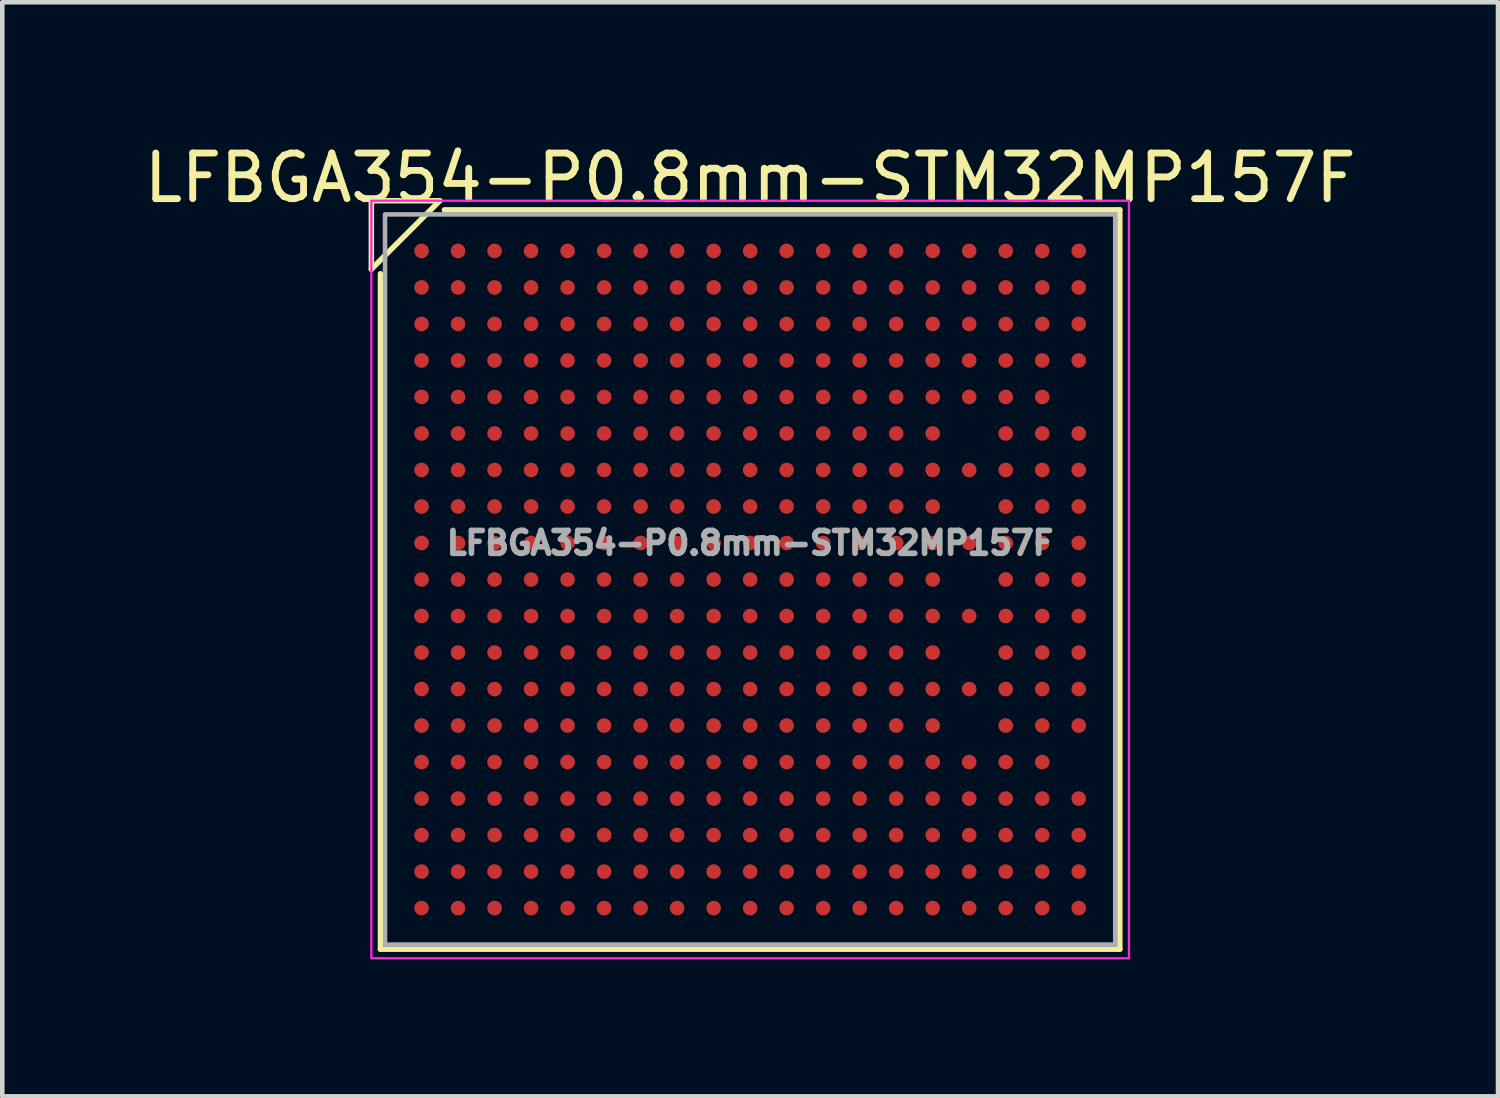
<source format=kicad_pcb>
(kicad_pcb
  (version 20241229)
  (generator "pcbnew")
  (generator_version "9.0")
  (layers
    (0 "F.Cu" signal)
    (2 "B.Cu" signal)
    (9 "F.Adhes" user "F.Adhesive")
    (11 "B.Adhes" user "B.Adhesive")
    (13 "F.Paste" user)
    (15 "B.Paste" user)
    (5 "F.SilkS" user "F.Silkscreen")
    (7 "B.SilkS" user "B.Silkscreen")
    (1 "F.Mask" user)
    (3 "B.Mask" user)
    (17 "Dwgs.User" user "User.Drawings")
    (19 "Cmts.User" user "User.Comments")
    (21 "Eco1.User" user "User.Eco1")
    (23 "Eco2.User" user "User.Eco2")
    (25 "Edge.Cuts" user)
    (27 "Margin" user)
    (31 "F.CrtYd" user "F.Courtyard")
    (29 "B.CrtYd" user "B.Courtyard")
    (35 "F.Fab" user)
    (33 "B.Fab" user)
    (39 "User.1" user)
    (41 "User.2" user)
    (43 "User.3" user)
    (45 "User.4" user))
  (footprint "LFBGA354-P0.8mm-STM32MP157F"
    (layer "F.Cu")
    (at 13.387 9.648)
    (property "Reference" "LFBGA354-P0.8mm-STM32MP157F" (at 0 -8.8 0) (unlocked yes) (layer "F.SilkS") (effects (font (size 1 1) (thickness 0.15))))
    (attr smd)
    (fp_line (start -8.3 -8.3) (end -6.8 -8.3) (stroke (width 0.12) (type solid)) (layer "F.SilkS"))
    (fp_line (start -8.3 -6.8) (end -8.3 -8.3) (stroke (width 0.12) (type solid)) (layer "F.SilkS"))
    (fp_line (start -8.1 8.1) (end -8.1 -6.7) (stroke (width 0.12) (type solid)) (layer "F.SilkS"))
    (fp_line (start -6.8 -8.3) (end -8.3 -6.8) (stroke (width 0.12) (type solid)) (layer "F.SilkS"))
    (fp_line (start -6.7 -8.1) (end 8.1 -8.1) (stroke (width 0.12) (type solid)) (layer "F.SilkS"))
    (fp_line (start 8.1 -8.1) (end 8.1 8.1) (stroke (width 0.12) (type solid)) (layer "F.SilkS"))
    (fp_line (start 8.1 8.1) (end -8.1 8.1) (stroke (width 0.12) (type solid)) (layer "F.SilkS"))
    (fp_rect (start -8.3 -8.3) (end 8.3 8.3) (stroke (width 0.05) (type default)) (fill no) (layer "F.CrtYd"))
    (fp_rect (start -8 -8) (end 8 8) (stroke (width 0.1) (type solid)) (fill no) (layer "F.Fab"))
    (fp_text user "${REFERENCE}" (at 0 -0.8 0) (unlocked yes) (layer "F.Fab") (effects (font (size 0.5 0.5) (thickness 0.125))))
    (pad "A1" smd circle (at -7.2 -7.2) (size 0.32 0.32) (property pad_prop_bga) (layers "F.Cu" "F.Mask" "F.Paste"))
    (pad "A2" smd circle (at -6.4 -7.2) (size 0.32 0.32) (property pad_prop_bga) (layers "F.Cu" "F.Mask" "F.Paste"))
    (pad "A3" smd circle (at -5.6 -7.2) (size 0.32 0.32) (property pad_prop_bga) (layers "F.Cu" "F.Mask" "F.Paste"))
    (pad "A4" smd circle (at -4.8 -7.2) (size 0.32 0.32) (property pad_prop_bga) (layers "F.Cu" "F.Mask" "F.Paste"))
    (pad "A5" smd circle (at -4 -7.2) (size 0.32 0.32) (property pad_prop_bga) (layers "F.Cu" "F.Mask" "F.Paste"))
    (pad "A6" smd circle (at -3.2 -7.2) (size 0.32 0.32) (property pad_prop_bga) (layers "F.Cu" "F.Mask" "F.Paste"))
    (pad "A7" smd circle (at -2.4 -7.2) (size 0.32 0.32) (property pad_prop_bga) (layers "F.Cu" "F.Mask" "F.Paste"))
    (pad "A8" smd circle (at -1.6 -7.2) (size 0.32 0.32) (property pad_prop_bga) (layers "F.Cu" "F.Mask" "F.Paste"))
    (pad "A9" smd circle (at -0.8 -7.2) (size 0.32 0.32) (property pad_prop_bga) (layers "F.Cu" "F.Mask" "F.Paste"))
    (pad "A10" smd circle (at 0 -7.2) (size 0.32 0.32) (property pad_prop_bga) (layers "F.Cu" "F.Mask" "F.Paste"))
    (pad "A11" smd circle (at 0.8 -7.2) (size 0.32 0.32) (property pad_prop_bga) (layers "F.Cu" "F.Mask" "F.Paste"))
    (pad "A12" smd circle (at 1.6 -7.2) (size 0.32 0.32) (property pad_prop_bga) (layers "F.Cu" "F.Mask" "F.Paste"))
    (pad "A13" smd circle (at 2.4 -7.2) (size 0.32 0.32) (property pad_prop_bga) (layers "F.Cu" "F.Mask" "F.Paste"))
    (pad "A14" smd circle (at 3.2 -7.2) (size 0.32 0.32) (property pad_prop_bga) (layers "F.Cu" "F.Mask" "F.Paste"))
    (pad "A15" smd circle (at 4 -7.2) (size 0.32 0.32) (property pad_prop_bga) (layers "F.Cu" "F.Mask" "F.Paste"))
    (pad "A16" smd circle (at 4.8 -7.2) (size 0.32 0.32) (property pad_prop_bga) (layers "F.Cu" "F.Mask" "F.Paste"))
    (pad "A17" smd circle (at 5.6 -7.2) (size 0.32 0.32) (property pad_prop_bga) (layers "F.Cu" "F.Mask" "F.Paste"))
    (pad "A18" smd circle (at 6.4 -7.2) (size 0.32 0.32) (property pad_prop_bga) (layers "F.Cu" "F.Mask" "F.Paste"))
    (pad "A19" smd circle (at 7.2 -7.2) (size 0.32 0.32) (property pad_prop_bga) (layers "F.Cu" "F.Mask" "F.Paste"))
    (pad "B1" smd circle (at -7.2 -6.4) (size 0.32 0.32) (property pad_prop_bga) (layers "F.Cu" "F.Mask" "F.Paste"))
    (pad "B2" smd circle (at -6.4 -6.4) (size 0.32 0.32) (property pad_prop_bga) (layers "F.Cu" "F.Mask" "F.Paste"))
    (pad "B3" smd circle (at -5.6 -6.4) (size 0.32 0.32) (property pad_prop_bga) (layers "F.Cu" "F.Mask" "F.Paste"))
    (pad "B4" smd circle (at -4.8 -6.4) (size 0.32 0.32) (property pad_prop_bga) (layers "F.Cu" "F.Mask" "F.Paste"))
    (pad "B5" smd circle (at -4 -6.4) (size 0.32 0.32) (property pad_prop_bga) (layers "F.Cu" "F.Mask" "F.Paste"))
    (pad "B6" smd circle (at -3.2 -6.4) (size 0.32 0.32) (property pad_prop_bga) (layers "F.Cu" "F.Mask" "F.Paste"))
    (pad "B7" smd circle (at -2.4 -6.4) (size 0.32 0.32) (property pad_prop_bga) (layers "F.Cu" "F.Mask" "F.Paste"))
    (pad "B8" smd circle (at -1.6 -6.4) (size 0.32 0.32) (property pad_prop_bga) (layers "F.Cu" "F.Mask" "F.Paste"))
    (pad "B9" smd circle (at -0.8 -6.4) (size 0.32 0.32) (property pad_prop_bga) (layers "F.Cu" "F.Mask" "F.Paste"))
    (pad "B10" smd circle (at 0 -6.4) (size 0.32 0.32) (property pad_prop_bga) (layers "F.Cu" "F.Mask" "F.Paste"))
    (pad "B11" smd circle (at 0.8 -6.4) (size 0.32 0.32) (property pad_prop_bga) (layers "F.Cu" "F.Mask" "F.Paste"))
    (pad "B12" smd circle (at 1.6 -6.4) (size 0.32 0.32) (property pad_prop_bga) (layers "F.Cu" "F.Mask" "F.Paste"))
    (pad "B13" smd circle (at 2.4 -6.4) (size 0.32 0.32) (property pad_prop_bga) (layers "F.Cu" "F.Mask" "F.Paste"))
    (pad "B14" smd circle (at 3.2 -6.4) (size 0.32 0.32) (property pad_prop_bga) (layers "F.Cu" "F.Mask" "F.Paste"))
    (pad "B15" smd circle (at 4 -6.4) (size 0.32 0.32) (property pad_prop_bga) (layers "F.Cu" "F.Mask" "F.Paste"))
    (pad "B16" smd circle (at 4.8 -6.4) (size 0.32 0.32) (property pad_prop_bga) (layers "F.Cu" "F.Mask" "F.Paste"))
    (pad "B17" smd circle (at 5.6 -6.4) (size 0.32 0.32) (property pad_prop_bga) (layers "F.Cu" "F.Mask" "F.Paste"))
    (pad "B18" smd circle (at 6.4 -6.4) (size 0.32 0.32) (property pad_prop_bga) (layers "F.Cu" "F.Mask" "F.Paste"))
    (pad "B19" smd circle (at 7.2 -6.4) (size 0.32 0.32) (property pad_prop_bga) (layers "F.Cu" "F.Mask" "F.Paste"))
    (pad "C1" smd circle (at -7.2 -5.6) (size 0.32 0.32) (property pad_prop_bga) (layers "F.Cu" "F.Mask" "F.Paste"))
    (pad "C2" smd circle (at -6.4 -5.6) (size 0.32 0.32) (property pad_prop_bga) (layers "F.Cu" "F.Mask" "F.Paste"))
    (pad "C3" smd circle (at -5.6 -5.6) (size 0.32 0.32) (property pad_prop_bga) (layers "F.Cu" "F.Mask" "F.Paste"))
    (pad "C4" smd circle (at -4.8 -5.6) (size 0.32 0.32) (property pad_prop_bga) (layers "F.Cu" "F.Mask" "F.Paste"))
    (pad "C5" smd circle (at -4 -5.6) (size 0.32 0.32) (property pad_prop_bga) (layers "F.Cu" "F.Mask" "F.Paste"))
    (pad "C6" smd circle (at -3.2 -5.6) (size 0.32 0.32) (property pad_prop_bga) (layers "F.Cu" "F.Mask" "F.Paste"))
    (pad "C7" smd circle (at -2.4 -5.6) (size 0.32 0.32) (property pad_prop_bga) (layers "F.Cu" "F.Mask" "F.Paste"))
    (pad "C8" smd circle (at -1.6 -5.6) (size 0.32 0.32) (property pad_prop_bga) (layers "F.Cu" "F.Mask" "F.Paste"))
    (pad "C9" smd circle (at -0.8 -5.6) (size 0.32 0.32) (property pad_prop_bga) (layers "F.Cu" "F.Mask" "F.Paste"))
    (pad "C10" smd circle (at 0 -5.6) (size 0.32 0.32) (property pad_prop_bga) (layers "F.Cu" "F.Mask" "F.Paste"))
    (pad "C11" smd circle (at 0.8 -5.6) (size 0.32 0.32) (property pad_prop_bga) (layers "F.Cu" "F.Mask" "F.Paste"))
    (pad "C12" smd circle (at 1.6 -5.6) (size 0.32 0.32) (property pad_prop_bga) (layers "F.Cu" "F.Mask" "F.Paste"))
    (pad "C13" smd circle (at 2.4 -5.6) (size 0.32 0.32) (property pad_prop_bga) (layers "F.Cu" "F.Mask" "F.Paste"))
    (pad "C14" smd circle (at 3.2 -5.6) (size 0.32 0.32) (property pad_prop_bga) (layers "F.Cu" "F.Mask" "F.Paste"))
    (pad "C15" smd circle (at 4 -5.6) (size 0.32 0.32) (property pad_prop_bga) (layers "F.Cu" "F.Mask" "F.Paste"))
    (pad "C16" smd circle (at 4.8 -5.6) (size 0.32 0.32) (property pad_prop_bga) (layers "F.Cu" "F.Mask" "F.Paste"))
    (pad "C17" smd circle (at 5.6 -5.6) (size 0.32 0.32) (property pad_prop_bga) (layers "F.Cu" "F.Mask" "F.Paste"))
    (pad "C18" smd circle (at 6.4 -5.6) (size 0.32 0.32) (property pad_prop_bga) (layers "F.Cu" "F.Mask" "F.Paste"))
    (pad "C19" smd circle (at 7.2 -5.6) (size 0.32 0.32) (property pad_prop_bga) (layers "F.Cu" "F.Mask" "F.Paste"))
    (pad "D1" smd circle (at -7.2 -4.8) (size 0.32 0.32) (property pad_prop_bga) (layers "F.Cu" "F.Mask" "F.Paste"))
    (pad "D2" smd circle (at -6.4 -4.8) (size 0.32 0.32) (property pad_prop_bga) (layers "F.Cu" "F.Mask" "F.Paste"))
    (pad "D3" smd circle (at -5.6 -4.8) (size 0.32 0.32) (property pad_prop_bga) (layers "F.Cu" "F.Mask" "F.Paste"))
    (pad "D4" smd circle (at -4.8 -4.8) (size 0.32 0.32) (property pad_prop_bga) (layers "F.Cu" "F.Mask" "F.Paste"))
    (pad "D5" smd circle (at -4 -4.8) (size 0.32 0.32) (property pad_prop_bga) (layers "F.Cu" "F.Mask" "F.Paste"))
    (pad "D6" smd circle (at -3.2 -4.8) (size 0.32 0.32) (property pad_prop_bga) (layers "F.Cu" "F.Mask" "F.Paste"))
    (pad "D7" smd circle (at -2.4 -4.8) (size 0.32 0.32) (property pad_prop_bga) (layers "F.Cu" "F.Mask" "F.Paste"))
    (pad "D8" smd circle (at -1.6 -4.8) (size 0.32 0.32) (property pad_prop_bga) (layers "F.Cu" "F.Mask" "F.Paste"))
    (pad "D9" smd circle (at -0.8 -4.8) (size 0.32 0.32) (property pad_prop_bga) (layers "F.Cu" "F.Mask" "F.Paste"))
    (pad "D10" smd circle (at 0 -4.8) (size 0.32 0.32) (property pad_prop_bga) (layers "F.Cu" "F.Mask" "F.Paste"))
    (pad "D11" smd circle (at 0.8 -4.8) (size 0.32 0.32) (property pad_prop_bga) (layers "F.Cu" "F.Mask" "F.Paste"))
    (pad "D12" smd circle (at 1.6 -4.8) (size 0.32 0.32) (property pad_prop_bga) (layers "F.Cu" "F.Mask" "F.Paste"))
    (pad "D13" smd circle (at 2.4 -4.8) (size 0.32 0.32) (property pad_prop_bga) (layers "F.Cu" "F.Mask" "F.Paste"))
    (pad "D14" smd circle (at 3.2 -4.8) (size 0.32 0.32) (property pad_prop_bga) (layers "F.Cu" "F.Mask" "F.Paste"))
    (pad "D15" smd circle (at 4 -4.8) (size 0.32 0.32) (property pad_prop_bga) (layers "F.Cu" "F.Mask" "F.Paste"))
    (pad "D16" smd circle (at 4.8 -4.8) (size 0.32 0.32) (property pad_prop_bga) (layers "F.Cu" "F.Mask" "F.Paste"))
    (pad "D17" smd circle (at 5.6 -4.8) (size 0.32 0.32) (property pad_prop_bga) (layers "F.Cu" "F.Mask" "F.Paste"))
    (pad "D18" smd circle (at 6.4 -4.8) (size 0.32 0.32) (property pad_prop_bga) (layers "F.Cu" "F.Mask" "F.Paste"))
    (pad "D19" smd circle (at 7.2 -4.8) (size 0.32 0.32) (property pad_prop_bga) (layers "F.Cu" "F.Mask" "F.Paste"))
    (pad "E1" smd circle (at -7.2 -4) (size 0.32 0.32) (property pad_prop_bga) (layers "F.Cu" "F.Mask" "F.Paste"))
    (pad "E2" smd circle (at -6.4 -4) (size 0.32 0.32) (property pad_prop_bga) (layers "F.Cu" "F.Mask" "F.Paste"))
    (pad "E3" smd circle (at -5.6 -4) (size 0.32 0.32) (property pad_prop_bga) (layers "F.Cu" "F.Mask" "F.Paste"))
    (pad "E4" smd circle (at -4.8 -4) (size 0.32 0.32) (property pad_prop_bga) (layers "F.Cu" "F.Mask" "F.Paste"))
    (pad "E5" smd circle (at -4 -4) (size 0.32 0.32) (property pad_prop_bga) (layers "F.Cu" "F.Mask" "F.Paste"))
    (pad "E6" smd circle (at -3.2 -4) (size 0.32 0.32) (property pad_prop_bga) (layers "F.Cu" "F.Mask" "F.Paste"))
    (pad "E7" smd circle (at -2.4 -4) (size 0.32 0.32) (property pad_prop_bga) (layers "F.Cu" "F.Mask" "F.Paste"))
    (pad "E8" smd circle (at -1.6 -4) (size 0.32 0.32) (property pad_prop_bga) (layers "F.Cu" "F.Mask" "F.Paste"))
    (pad "E9" smd circle (at -0.8 -4) (size 0.32 0.32) (property pad_prop_bga) (layers "F.Cu" "F.Mask" "F.Paste"))
    (pad "E10" smd circle (at 0 -4) (size 0.32 0.32) (property pad_prop_bga) (layers "F.Cu" "F.Mask" "F.Paste"))
    (pad "E11" smd circle (at 0.8 -4) (size 0.32 0.32) (property pad_prop_bga) (layers "F.Cu" "F.Mask" "F.Paste"))
    (pad "E12" smd circle (at 1.6 -4) (size 0.32 0.32) (property pad_prop_bga) (layers "F.Cu" "F.Mask" "F.Paste"))
    (pad "E13" smd circle (at 2.4 -4) (size 0.32 0.32) (property pad_prop_bga) (layers "F.Cu" "F.Mask" "F.Paste"))
    (pad "E14" smd circle (at 3.2 -4) (size 0.32 0.32) (property pad_prop_bga) (layers "F.Cu" "F.Mask" "F.Paste"))
    (pad "E15" smd circle (at 4 -4) (size 0.32 0.32) (property pad_prop_bga) (layers "F.Cu" "F.Mask" "F.Paste"))
    (pad "E16" smd circle (at 4.8 -4) (size 0.32 0.32) (property pad_prop_bga) (layers "F.Cu" "F.Mask" "F.Paste"))
    (pad "E17" smd circle (at 5.6 -4) (size 0.32 0.32) (property pad_prop_bga) (layers "F.Cu" "F.Mask" "F.Paste"))
    (pad "E18" smd circle (at 6.4 -4) (size 0.32 0.32) (property pad_prop_bga) (layers "F.Cu" "F.Mask" "F.Paste"))
    (pad "F1" smd circle (at -7.2 -3.2) (size 0.32 0.32) (property pad_prop_bga) (layers "F.Cu" "F.Mask" "F.Paste"))
    (pad "F2" smd circle (at -6.4 -3.2) (size 0.32 0.32) (property pad_prop_bga) (layers "F.Cu" "F.Mask" "F.Paste"))
    (pad "F3" smd circle (at -5.6 -3.2) (size 0.32 0.32) (property pad_prop_bga) (layers "F.Cu" "F.Mask" "F.Paste"))
    (pad "F4" smd circle (at -4.8 -3.2) (size 0.32 0.32) (property pad_prop_bga) (layers "F.Cu" "F.Mask" "F.Paste"))
    (pad "F5" smd circle (at -4 -3.2) (size 0.32 0.32) (property pad_prop_bga) (layers "F.Cu" "F.Mask" "F.Paste"))
    (pad "F6" smd circle (at -3.2 -3.2) (size 0.32 0.32) (property pad_prop_bga) (layers "F.Cu" "F.Mask" "F.Paste"))
    (pad "F7" smd circle (at -2.4 -3.2) (size 0.32 0.32) (property pad_prop_bga) (layers "F.Cu" "F.Mask" "F.Paste"))
    (pad "F8" smd circle (at -1.6 -3.2) (size 0.32 0.32) (property pad_prop_bga) (layers "F.Cu" "F.Mask" "F.Paste"))
    (pad "F9" smd circle (at -0.8 -3.2) (size 0.32 0.32) (property pad_prop_bga) (layers "F.Cu" "F.Mask" "F.Paste"))
    (pad "F10" smd circle (at 0 -3.2) (size 0.32 0.32) (property pad_prop_bga) (layers "F.Cu" "F.Mask" "F.Paste"))
    (pad "F11" smd circle (at 0.8 -3.2) (size 0.32 0.32) (property pad_prop_bga) (layers "F.Cu" "F.Mask" "F.Paste"))
    (pad "F12" smd circle (at 1.6 -3.2) (size 0.32 0.32) (property pad_prop_bga) (layers "F.Cu" "F.Mask" "F.Paste"))
    (pad "F13" smd circle (at 2.4 -3.2) (size 0.32 0.32) (property pad_prop_bga) (layers "F.Cu" "F.Mask" "F.Paste"))
    (pad "F14" smd circle (at 3.2 -3.2) (size 0.32 0.32) (property pad_prop_bga) (layers "F.Cu" "F.Mask" "F.Paste"))
    (pad "F15" smd circle (at 4 -3.2) (size 0.32 0.32) (property pad_prop_bga) (layers "F.Cu" "F.Mask" "F.Paste"))
    (pad "F17" smd circle (at 5.6 -3.2) (size 0.32 0.32) (property pad_prop_bga) (layers "F.Cu" "F.Mask" "F.Paste"))
    (pad "F18" smd circle (at 6.4 -3.2) (size 0.32 0.32) (property pad_prop_bga) (layers "F.Cu" "F.Mask" "F.Paste"))
    (pad "F19" smd circle (at 7.2 -3.2) (size 0.32 0.32) (property pad_prop_bga) (layers "F.Cu" "F.Mask" "F.Paste"))
    (pad "G1" smd circle (at -7.2 -2.4) (size 0.32 0.32) (property pad_prop_bga) (layers "F.Cu" "F.Mask" "F.Paste"))
    (pad "G2" smd circle (at -6.4 -2.4) (size 0.32 0.32) (property pad_prop_bga) (layers "F.Cu" "F.Mask" "F.Paste"))
    (pad "G3" smd circle (at -5.6 -2.4) (size 0.32 0.32) (property pad_prop_bga) (layers "F.Cu" "F.Mask" "F.Paste"))
    (pad "G4" smd circle (at -4.8 -2.4) (size 0.32 0.32) (property pad_prop_bga) (layers "F.Cu" "F.Mask" "F.Paste"))
    (pad "G5" smd circle (at -4 -2.4) (size 0.32 0.32) (property pad_prop_bga) (layers "F.Cu" "F.Mask" "F.Paste"))
    (pad "G6" smd circle (at -3.2 -2.4) (size 0.32 0.32) (property pad_prop_bga) (layers "F.Cu" "F.Mask" "F.Paste"))
    (pad "G7" smd circle (at -2.4 -2.4) (size 0.32 0.32) (property pad_prop_bga) (layers "F.Cu" "F.Mask" "F.Paste"))
    (pad "G8" smd circle (at -1.6 -2.4) (size 0.32 0.32) (property pad_prop_bga) (layers "F.Cu" "F.Mask" "F.Paste"))
    (pad "G9" smd circle (at -0.8 -2.4) (size 0.32 0.32) (property pad_prop_bga) (layers "F.Cu" "F.Mask" "F.Paste"))
    (pad "G10" smd circle (at 0 -2.4) (size 0.32 0.32) (property pad_prop_bga) (layers "F.Cu" "F.Mask" "F.Paste"))
    (pad "G11" smd circle (at 0.8 -2.4) (size 0.32 0.32) (property pad_prop_bga) (layers "F.Cu" "F.Mask" "F.Paste"))
    (pad "G12" smd circle (at 1.6 -2.4) (size 0.32 0.32) (property pad_prop_bga) (layers "F.Cu" "F.Mask" "F.Paste"))
    (pad "G13" smd circle (at 2.4 -2.4) (size 0.32 0.32) (property pad_prop_bga) (layers "F.Cu" "F.Mask" "F.Paste"))
    (pad "G14" smd circle (at 3.2 -2.4) (size 0.32 0.32) (property pad_prop_bga) (layers "F.Cu" "F.Mask" "F.Paste"))
    (pad "G15" smd circle (at 4 -2.4) (size 0.32 0.32) (property pad_prop_bga) (layers "F.Cu" "F.Mask" "F.Paste"))
    (pad "G16" smd circle (at 4.8 -2.4) (size 0.32 0.32) (property pad_prop_bga) (layers "F.Cu" "F.Mask" "F.Paste"))
    (pad "G17" smd circle (at 5.6 -2.4) (size 0.32 0.32) (property pad_prop_bga) (layers "F.Cu" "F.Mask" "F.Paste"))
    (pad "G18" smd circle (at 6.4 -2.4) (size 0.32 0.32) (property pad_prop_bga) (layers "F.Cu" "F.Mask" "F.Paste"))
    (pad "G19" smd circle (at 7.2 -2.4) (size 0.32 0.32) (property pad_prop_bga) (layers "F.Cu" "F.Mask" "F.Paste"))
    (pad "H1" smd circle (at -7.2 -1.6) (size 0.32 0.32) (property pad_prop_bga) (layers "F.Cu" "F.Mask" "F.Paste"))
    (pad "H2" smd circle (at -6.4 -1.6) (size 0.32 0.32) (property pad_prop_bga) (layers "F.Cu" "F.Mask" "F.Paste"))
    (pad "H3" smd circle (at -5.6 -1.6) (size 0.32 0.32) (property pad_prop_bga) (layers "F.Cu" "F.Mask" "F.Paste"))
    (pad "H4" smd circle (at -4.8 -1.6) (size 0.32 0.32) (property pad_prop_bga) (layers "F.Cu" "F.Mask" "F.Paste"))
    (pad "H5" smd circle (at -4 -1.6) (size 0.32 0.32) (property pad_prop_bga) (layers "F.Cu" "F.Mask" "F.Paste"))
    (pad "H6" smd circle (at -3.2 -1.6) (size 0.32 0.32) (property pad_prop_bga) (layers "F.Cu" "F.Mask" "F.Paste"))
    (pad "H7" smd circle (at -2.4 -1.6) (size 0.32 0.32) (property pad_prop_bga) (layers "F.Cu" "F.Mask" "F.Paste"))
    (pad "H8" smd circle (at -1.6 -1.6) (size 0.32 0.32) (property pad_prop_bga) (layers "F.Cu" "F.Mask" "F.Paste"))
    (pad "H9" smd circle (at -0.8 -1.6) (size 0.32 0.32) (property pad_prop_bga) (layers "F.Cu" "F.Mask" "F.Paste"))
    (pad "H10" smd circle (at 0 -1.6) (size 0.32 0.32) (property pad_prop_bga) (layers "F.Cu" "F.Mask" "F.Paste"))
    (pad "H11" smd circle (at 0.8 -1.6) (size 0.32 0.32) (property pad_prop_bga) (layers "F.Cu" "F.Mask" "F.Paste"))
    (pad "H12" smd circle (at 1.6 -1.6) (size 0.32 0.32) (property pad_prop_bga) (layers "F.Cu" "F.Mask" "F.Paste"))
    (pad "H13" smd circle (at 2.4 -1.6) (size 0.32 0.32) (property pad_prop_bga) (layers "F.Cu" "F.Mask" "F.Paste"))
    (pad "H14" smd circle (at 3.2 -1.6) (size 0.32 0.32) (property pad_prop_bga) (layers "F.Cu" "F.Mask" "F.Paste"))
    (pad "H15" smd circle (at 4 -1.6) (size 0.32 0.32) (property pad_prop_bga) (layers "F.Cu" "F.Mask" "F.Paste"))
    (pad "H17" smd circle (at 5.6 -1.6) (size 0.32 0.32) (property pad_prop_bga) (layers "F.Cu" "F.Mask" "F.Paste"))
    (pad "H18" smd circle (at 6.4 -1.6) (size 0.32 0.32) (property pad_prop_bga) (layers "F.Cu" "F.Mask" "F.Paste"))
    (pad "H19" smd circle (at 7.2 -1.6) (size 0.32 0.32) (property pad_prop_bga) (layers "F.Cu" "F.Mask" "F.Paste"))
    (pad "J1" smd circle (at -7.2 -0.8) (size 0.32 0.32) (property pad_prop_bga) (layers "F.Cu" "F.Mask" "F.Paste"))
    (pad "J2" smd circle (at -6.4 -0.8) (size 0.32 0.32) (property pad_prop_bga) (layers "F.Cu" "F.Mask" "F.Paste"))
    (pad "J3" smd circle (at -5.6 -0.8) (size 0.32 0.32) (property pad_prop_bga) (layers "F.Cu" "F.Mask" "F.Paste"))
    (pad "J4" smd circle (at -4.8 -0.8) (size 0.32 0.32) (property pad_prop_bga) (layers "F.Cu" "F.Mask" "F.Paste"))
    (pad "J5" smd circle (at -4 -0.8) (size 0.32 0.32) (property pad_prop_bga) (layers "F.Cu" "F.Mask" "F.Paste"))
    (pad "J6" smd circle (at -3.2 -0.8) (size 0.32 0.32) (property pad_prop_bga) (layers "F.Cu" "F.Mask" "F.Paste"))
    (pad "J7" smd circle (at -2.4 -0.8) (size 0.32 0.32) (property pad_prop_bga) (layers "F.Cu" "F.Mask" "F.Paste"))
    (pad "J8" smd circle (at -1.6 -0.8) (size 0.32 0.32) (property pad_prop_bga) (layers "F.Cu" "F.Mask" "F.Paste"))
    (pad "J9" smd circle (at -0.8 -0.8) (size 0.32 0.32) (property pad_prop_bga) (layers "F.Cu" "F.Mask" "F.Paste"))
    (pad "J10" smd circle (at 0 -0.8) (size 0.32 0.32) (property pad_prop_bga) (layers "F.Cu" "F.Mask" "F.Paste"))
    (pad "J11" smd circle (at 0.8 -0.8) (size 0.32 0.32) (property pad_prop_bga) (layers "F.Cu" "F.Mask" "F.Paste"))
    (pad "J12" smd circle (at 1.6 -0.8) (size 0.32 0.32) (property pad_prop_bga) (layers "F.Cu" "F.Mask" "F.Paste"))
    (pad "J13" smd circle (at 2.4 -0.8) (size 0.32 0.32) (property pad_prop_bga) (layers "F.Cu" "F.Mask" "F.Paste"))
    (pad "J14" smd circle (at 3.2 -0.8) (size 0.32 0.32) (property pad_prop_bga) (layers "F.Cu" "F.Mask" "F.Paste"))
    (pad "J15" smd circle (at 4 -0.8) (size 0.32 0.32) (property pad_prop_bga) (layers "F.Cu" "F.Mask" "F.Paste"))
    (pad "J16" smd circle (at 4.8 -0.8) (size 0.32 0.32) (property pad_prop_bga) (layers "F.Cu" "F.Mask" "F.Paste"))
    (pad "J17" smd circle (at 5.6 -0.8) (size 0.32 0.32) (property pad_prop_bga) (layers "F.Cu" "F.Mask" "F.Paste"))
    (pad "J18" smd circle (at 6.4 -0.8) (size 0.32 0.32) (property pad_prop_bga) (layers "F.Cu" "F.Mask" "F.Paste"))
    (pad "J19" smd circle (at 7.2 -0.8) (size 0.32 0.32) (property pad_prop_bga) (layers "F.Cu" "F.Mask" "F.Paste"))
    (pad "K1" smd circle (at -7.2 0) (size 0.32 0.32) (property pad_prop_bga) (layers "F.Cu" "F.Mask" "F.Paste"))
    (pad "K2" smd circle (at -6.4 0) (size 0.32 0.32) (property pad_prop_bga) (layers "F.Cu" "F.Mask" "F.Paste"))
    (pad "K3" smd circle (at -5.6 0) (size 0.32 0.32) (property pad_prop_bga) (layers "F.Cu" "F.Mask" "F.Paste"))
    (pad "K4" smd circle (at -4.8 0) (size 0.32 0.32) (property pad_prop_bga) (layers "F.Cu" "F.Mask" "F.Paste"))
    (pad "K5" smd circle (at -4 0) (size 0.32 0.32) (property pad_prop_bga) (layers "F.Cu" "F.Mask" "F.Paste"))
    (pad "K6" smd circle (at -3.2 0) (size 0.32 0.32) (property pad_prop_bga) (layers "F.Cu" "F.Mask" "F.Paste"))
    (pad "K7" smd circle (at -2.4 0) (size 0.32 0.32) (property pad_prop_bga) (layers "F.Cu" "F.Mask" "F.Paste"))
    (pad "K8" smd circle (at -1.6 0) (size 0.32 0.32) (property pad_prop_bga) (layers "F.Cu" "F.Mask" "F.Paste"))
    (pad "K9" smd circle (at -0.8 0) (size 0.32 0.32) (property pad_prop_bga) (layers "F.Cu" "F.Mask" "F.Paste"))
    (pad "K10" smd circle (at 0 0) (size 0.32 0.32) (property pad_prop_bga) (layers "F.Cu" "F.Mask" "F.Paste"))
    (pad "K11" smd circle (at 0.8 0) (size 0.32 0.32) (property pad_prop_bga) (layers "F.Cu" "F.Mask" "F.Paste"))
    (pad "K12" smd circle (at 1.6 0) (size 0.32 0.32) (property pad_prop_bga) (layers "F.Cu" "F.Mask" "F.Paste"))
    (pad "K13" smd circle (at 2.4 0) (size 0.32 0.32) (property pad_prop_bga) (layers "F.Cu" "F.Mask" "F.Paste"))
    (pad "K14" smd circle (at 3.2 0) (size 0.32 0.32) (property pad_prop_bga) (layers "F.Cu" "F.Mask" "F.Paste"))
    (pad "K15" smd circle (at 4 0) (size 0.32 0.32) (property pad_prop_bga) (layers "F.Cu" "F.Mask" "F.Paste"))
    (pad "K17" smd circle (at 5.6 0) (size 0.32 0.32) (property pad_prop_bga) (layers "F.Cu" "F.Mask" "F.Paste"))
    (pad "K18" smd circle (at 6.4 0) (size 0.32 0.32) (property pad_prop_bga) (layers "F.Cu" "F.Mask" "F.Paste"))
    (pad "K19" smd circle (at 7.2 0) (size 0.32 0.32) (property pad_prop_bga) (layers "F.Cu" "F.Mask" "F.Paste"))
    (pad "L1" smd circle (at -7.2 0.8) (size 0.32 0.32) (property pad_prop_bga) (layers "F.Cu" "F.Mask" "F.Paste"))
    (pad "L2" smd circle (at -6.4 0.8) (size 0.32 0.32) (property pad_prop_bga) (layers "F.Cu" "F.Mask" "F.Paste"))
    (pad "L3" smd circle (at -5.6 0.8) (size 0.32 0.32) (property pad_prop_bga) (layers "F.Cu" "F.Mask" "F.Paste"))
    (pad "L4" smd circle (at -4.8 0.8) (size 0.32 0.32) (property pad_prop_bga) (layers "F.Cu" "F.Mask" "F.Paste"))
    (pad "L5" smd circle (at -4 0.8) (size 0.32 0.32) (property pad_prop_bga) (layers "F.Cu" "F.Mask" "F.Paste"))
    (pad "L6" smd circle (at -3.2 0.8) (size 0.32 0.32) (property pad_prop_bga) (layers "F.Cu" "F.Mask" "F.Paste"))
    (pad "L7" smd circle (at -2.4 0.8) (size 0.32 0.32) (property pad_prop_bga) (layers "F.Cu" "F.Mask" "F.Paste"))
    (pad "L8" smd circle (at -1.6 0.8) (size 0.32 0.32) (property pad_prop_bga) (layers "F.Cu" "F.Mask" "F.Paste"))
    (pad "L9" smd circle (at -0.8 0.8) (size 0.32 0.32) (property pad_prop_bga) (layers "F.Cu" "F.Mask" "F.Paste"))
    (pad "L10" smd circle (at 0 0.8) (size 0.32 0.32) (property pad_prop_bga) (layers "F.Cu" "F.Mask" "F.Paste"))
    (pad "L11" smd circle (at 0.8 0.8) (size 0.32 0.32) (property pad_prop_bga) (layers "F.Cu" "F.Mask" "F.Paste"))
    (pad "L12" smd circle (at 1.6 0.8) (size 0.32 0.32) (property pad_prop_bga) (layers "F.Cu" "F.Mask" "F.Paste"))
    (pad "L13" smd circle (at 2.4 0.8) (size 0.32 0.32) (property pad_prop_bga) (layers "F.Cu" "F.Mask" "F.Paste"))
    (pad "L14" smd circle (at 3.2 0.8) (size 0.32 0.32) (property pad_prop_bga) (layers "F.Cu" "F.Mask" "F.Paste"))
    (pad "L15" smd circle (at 4 0.8) (size 0.32 0.32) (property pad_prop_bga) (layers "F.Cu" "F.Mask" "F.Paste"))
    (pad "L16" smd circle (at 4.8 0.8) (size 0.32 0.32) (property pad_prop_bga) (layers "F.Cu" "F.Mask" "F.Paste"))
    (pad "L17" smd circle (at 5.6 0.8) (size 0.32 0.32) (property pad_prop_bga) (layers "F.Cu" "F.Mask" "F.Paste"))
    (pad "L18" smd circle (at 6.4 0.8) (size 0.32 0.32) (property pad_prop_bga) (layers "F.Cu" "F.Mask" "F.Paste"))
    (pad "L19" smd circle (at 7.2 0.8) (size 0.32 0.32) (property pad_prop_bga) (layers "F.Cu" "F.Mask" "F.Paste"))
    (pad "M1" smd circle (at -7.2 1.6) (size 0.32 0.32) (property pad_prop_bga) (layers "F.Cu" "F.Mask" "F.Paste"))
    (pad "M2" smd circle (at -6.4 1.6) (size 0.32 0.32) (property pad_prop_bga) (layers "F.Cu" "F.Mask" "F.Paste"))
    (pad "M3" smd circle (at -5.6 1.6) (size 0.32 0.32) (property pad_prop_bga) (layers "F.Cu" "F.Mask" "F.Paste"))
    (pad "M4" smd circle (at -4.8 1.6) (size 0.32 0.32) (property pad_prop_bga) (layers "F.Cu" "F.Mask" "F.Paste"))
    (pad "M5" smd circle (at -4 1.6) (size 0.32 0.32) (property pad_prop_bga) (layers "F.Cu" "F.Mask" "F.Paste"))
    (pad "M6" smd circle (at -3.2 1.6) (size 0.32 0.32) (property pad_prop_bga) (layers "F.Cu" "F.Mask" "F.Paste"))
    (pad "M7" smd circle (at -2.4 1.6) (size 0.32 0.32) (property pad_prop_bga) (layers "F.Cu" "F.Mask" "F.Paste"))
    (pad "M8" smd circle (at -1.6 1.6) (size 0.32 0.32) (property pad_prop_bga) (layers "F.Cu" "F.Mask" "F.Paste"))
    (pad "M9" smd circle (at -0.8 1.6) (size 0.32 0.32) (property pad_prop_bga) (layers "F.Cu" "F.Mask" "F.Paste"))
    (pad "M10" smd circle (at 0 1.6) (size 0.32 0.32) (property pad_prop_bga) (layers "F.Cu" "F.Mask" "F.Paste"))
    (pad "M11" smd circle (at 0.8 1.6) (size 0.32 0.32) (property pad_prop_bga) (layers "F.Cu" "F.Mask" "F.Paste"))
    (pad "M12" smd circle (at 1.6 1.6) (size 0.32 0.32) (property pad_prop_bga) (layers "F.Cu" "F.Mask" "F.Paste"))
    (pad "M13" smd circle (at 2.4 1.6) (size 0.32 0.32) (property pad_prop_bga) (layers "F.Cu" "F.Mask" "F.Paste"))
    (pad "M14" smd circle (at 3.2 1.6) (size 0.32 0.32) (property pad_prop_bga) (layers "F.Cu" "F.Mask" "F.Paste"))
    (pad "M15" smd circle (at 4 1.6) (size 0.32 0.32) (property pad_prop_bga) (layers "F.Cu" "F.Mask" "F.Paste"))
    (pad "M17" smd circle (at 5.6 1.6) (size 0.32 0.32) (property pad_prop_bga) (layers "F.Cu" "F.Mask" "F.Paste"))
    (pad "M18" smd circle (at 6.4 1.6) (size 0.32 0.32) (property pad_prop_bga) (layers "F.Cu" "F.Mask" "F.Paste"))
    (pad "M19" smd circle (at 7.2 1.6) (size 0.32 0.32) (property pad_prop_bga) (layers "F.Cu" "F.Mask" "F.Paste"))
    (pad "N1" smd circle (at -7.2 2.4) (size 0.32 0.32) (property pad_prop_bga) (layers "F.Cu" "F.Mask" "F.Paste"))
    (pad "N2" smd circle (at -6.4 2.4) (size 0.32 0.32) (property pad_prop_bga) (layers "F.Cu" "F.Mask" "F.Paste"))
    (pad "N3" smd circle (at -5.6 2.4) (size 0.32 0.32) (property pad_prop_bga) (layers "F.Cu" "F.Mask" "F.Paste"))
    (pad "N4" smd circle (at -4.8 2.4) (size 0.32 0.32) (property pad_prop_bga) (layers "F.Cu" "F.Mask" "F.Paste"))
    (pad "N5" smd circle (at -4 2.4) (size 0.32 0.32) (property pad_prop_bga) (layers "F.Cu" "F.Mask" "F.Paste"))
    (pad "N6" smd circle (at -3.2 2.4) (size 0.32 0.32) (property pad_prop_bga) (layers "F.Cu" "F.Mask" "F.Paste"))
    (pad "N7" smd circle (at -2.4 2.4) (size 0.32 0.32) (property pad_prop_bga) (layers "F.Cu" "F.Mask" "F.Paste"))
    (pad "N8" smd circle (at -1.6 2.4) (size 0.32 0.32) (property pad_prop_bga) (layers "F.Cu" "F.Mask" "F.Paste"))
    (pad "N9" smd circle (at -0.8 2.4) (size 0.32 0.32) (property pad_prop_bga) (layers "F.Cu" "F.Mask" "F.Paste"))
    (pad "N10" smd circle (at 0 2.4) (size 0.32 0.32) (property pad_prop_bga) (layers "F.Cu" "F.Mask" "F.Paste"))
    (pad "N11" smd circle (at 0.8 2.4) (size 0.32 0.32) (property pad_prop_bga) (layers "F.Cu" "F.Mask" "F.Paste"))
    (pad "N12" smd circle (at 1.6 2.4) (size 0.32 0.32) (property pad_prop_bga) (layers "F.Cu" "F.Mask" "F.Paste"))
    (pad "N13" smd circle (at 2.4 2.4) (size 0.32 0.32) (property pad_prop_bga) (layers "F.Cu" "F.Mask" "F.Paste"))
    (pad "N14" smd circle (at 3.2 2.4) (size 0.32 0.32) (property pad_prop_bga) (layers "F.Cu" "F.Mask" "F.Paste"))
    (pad "N15" smd circle (at 4 2.4) (size 0.32 0.32) (property pad_prop_bga) (layers "F.Cu" "F.Mask" "F.Paste"))
    (pad "N16" smd circle (at 4.8 2.4) (size 0.32 0.32) (property pad_prop_bga) (layers "F.Cu" "F.Mask" "F.Paste"))
    (pad "N17" smd circle (at 5.6 2.4) (size 0.32 0.32) (property pad_prop_bga) (layers "F.Cu" "F.Mask" "F.Paste"))
    (pad "N18" smd circle (at 6.4 2.4) (size 0.32 0.32) (property pad_prop_bga) (layers "F.Cu" "F.Mask" "F.Paste"))
    (pad "N19" smd circle (at 7.2 2.4) (size 0.32 0.32) (property pad_prop_bga) (layers "F.Cu" "F.Mask" "F.Paste"))
    (pad "P1" smd circle (at -7.2 3.2) (size 0.32 0.32) (property pad_prop_bga) (layers "F.Cu" "F.Mask" "F.Paste"))
    (pad "P2" smd circle (at -6.4 3.2) (size 0.32 0.32) (property pad_prop_bga) (layers "F.Cu" "F.Mask" "F.Paste"))
    (pad "P3" smd circle (at -5.6 3.2) (size 0.32 0.32) (property pad_prop_bga) (layers "F.Cu" "F.Mask" "F.Paste"))
    (pad "P4" smd circle (at -4.8 3.2) (size 0.32 0.32) (property pad_prop_bga) (layers "F.Cu" "F.Mask" "F.Paste"))
    (pad "P5" smd circle (at -4 3.2) (size 0.32 0.32) (property pad_prop_bga) (layers "F.Cu" "F.Mask" "F.Paste"))
    (pad "P6" smd circle (at -3.2 3.2) (size 0.32 0.32) (property pad_prop_bga) (layers "F.Cu" "F.Mask" "F.Paste"))
    (pad "P7" smd circle (at -2.4 3.2) (size 0.32 0.32) (property pad_prop_bga) (layers "F.Cu" "F.Mask" "F.Paste"))
    (pad "P8" smd circle (at -1.6 3.2) (size 0.32 0.32) (property pad_prop_bga) (layers "F.Cu" "F.Mask" "F.Paste"))
    (pad "P9" smd circle (at -0.8 3.2) (size 0.32 0.32) (property pad_prop_bga) (layers "F.Cu" "F.Mask" "F.Paste"))
    (pad "P10" smd circle (at 0 3.2) (size 0.32 0.32) (property pad_prop_bga) (layers "F.Cu" "F.Mask" "F.Paste"))
    (pad "P11" smd circle (at 0.8 3.2) (size 0.32 0.32) (property pad_prop_bga) (layers "F.Cu" "F.Mask" "F.Paste"))
    (pad "P12" smd circle (at 1.6 3.2) (size 0.32 0.32) (property pad_prop_bga) (layers "F.Cu" "F.Mask" "F.Paste"))
    (pad "P13" smd circle (at 2.4 3.2) (size 0.32 0.32) (property pad_prop_bga) (layers "F.Cu" "F.Mask" "F.Paste"))
    (pad "P14" smd circle (at 3.2 3.2) (size 0.32 0.32) (property pad_prop_bga) (layers "F.Cu" "F.Mask" "F.Paste"))
    (pad "P15" smd circle (at 4 3.2) (size 0.32 0.32) (property pad_prop_bga) (layers "F.Cu" "F.Mask" "F.Paste"))
    (pad "P17" smd circle (at 5.6 3.2) (size 0.32 0.32) (property pad_prop_bga) (layers "F.Cu" "F.Mask" "F.Paste"))
    (pad "P18" smd circle (at 6.4 3.2) (size 0.32 0.32) (property pad_prop_bga) (layers "F.Cu" "F.Mask" "F.Paste"))
    (pad "P19" smd circle (at 7.2 3.2) (size 0.32 0.32) (property pad_prop_bga) (layers "F.Cu" "F.Mask" "F.Paste"))
    (pad "R1" smd circle (at -7.2 4) (size 0.32 0.32) (property pad_prop_bga) (layers "F.Cu" "F.Mask" "F.Paste"))
    (pad "R2" smd circle (at -6.4 4) (size 0.32 0.32) (property pad_prop_bga) (layers "F.Cu" "F.Mask" "F.Paste"))
    (pad "R3" smd circle (at -5.6 4) (size 0.32 0.32) (property pad_prop_bga) (layers "F.Cu" "F.Mask" "F.Paste"))
    (pad "R4" smd circle (at -4.8 4) (size 0.32 0.32) (property pad_prop_bga) (layers "F.Cu" "F.Mask" "F.Paste"))
    (pad "R5" smd circle (at -4 4) (size 0.32 0.32) (property pad_prop_bga) (layers "F.Cu" "F.Mask" "F.Paste"))
    (pad "R6" smd circle (at -3.2 4) (size 0.32 0.32) (property pad_prop_bga) (layers "F.Cu" "F.Mask" "F.Paste"))
    (pad "R7" smd circle (at -2.4 4) (size 0.32 0.32) (property pad_prop_bga) (layers "F.Cu" "F.Mask" "F.Paste"))
    (pad "R8" smd circle (at -1.6 4) (size 0.32 0.32) (property pad_prop_bga) (layers "F.Cu" "F.Mask" "F.Paste"))
    (pad "R9" smd circle (at -0.8 4) (size 0.32 0.32) (property pad_prop_bga) (layers "F.Cu" "F.Mask" "F.Paste"))
    (pad "R10" smd circle (at 0 4) (size 0.32 0.32) (property pad_prop_bga) (layers "F.Cu" "F.Mask" "F.Paste"))
    (pad "R11" smd circle (at 0.8 4) (size 0.32 0.32) (property pad_prop_bga) (layers "F.Cu" "F.Mask" "F.Paste"))
    (pad "R12" smd circle (at 1.6 4) (size 0.32 0.32) (property pad_prop_bga) (layers "F.Cu" "F.Mask" "F.Paste"))
    (pad "R13" smd circle (at 2.4 4) (size 0.32 0.32) (property pad_prop_bga) (layers "F.Cu" "F.Mask" "F.Paste"))
    (pad "R14" smd circle (at 3.2 4) (size 0.32 0.32) (property pad_prop_bga) (layers "F.Cu" "F.Mask" "F.Paste"))
    (pad "R15" smd circle (at 4 4) (size 0.32 0.32) (property pad_prop_bga) (layers "F.Cu" "F.Mask" "F.Paste"))
    (pad "R16" smd circle (at 4.8 4) (size 0.32 0.32) (property pad_prop_bga) (layers "F.Cu" "F.Mask" "F.Paste"))
    (pad "R17" smd circle (at 5.6 4) (size 0.32 0.32) (property pad_prop_bga) (layers "F.Cu" "F.Mask" "F.Paste"))
    (pad "R18" smd circle (at 6.4 4) (size 0.32 0.32) (property pad_prop_bga) (layers "F.Cu" "F.Mask" "F.Paste"))
    (pad "T1" smd circle (at -7.2 4.8) (size 0.32 0.32) (property pad_prop_bga) (layers "F.Cu" "F.Mask" "F.Paste"))
    (pad "T2" smd circle (at -6.4 4.8) (size 0.32 0.32) (property pad_prop_bga) (layers "F.Cu" "F.Mask" "F.Paste"))
    (pad "T3" smd circle (at -5.6 4.8) (size 0.32 0.32) (property pad_prop_bga) (layers "F.Cu" "F.Mask" "F.Paste"))
    (pad "T4" smd circle (at -4.8 4.8) (size 0.32 0.32) (property pad_prop_bga) (layers "F.Cu" "F.Mask" "F.Paste"))
    (pad "T5" smd circle (at -4 4.8) (size 0.32 0.32) (property pad_prop_bga) (layers "F.Cu" "F.Mask" "F.Paste"))
    (pad "T6" smd circle (at -3.2 4.8) (size 0.32 0.32) (property pad_prop_bga) (layers "F.Cu" "F.Mask" "F.Paste"))
    (pad "T7" smd circle (at -2.4 4.8) (size 0.32 0.32) (property pad_prop_bga) (layers "F.Cu" "F.Mask" "F.Paste"))
    (pad "T8" smd circle (at -1.6 4.8) (size 0.32 0.32) (property pad_prop_bga) (layers "F.Cu" "F.Mask" "F.Paste"))
    (pad "T9" smd circle (at -0.8 4.8) (size 0.32 0.32) (property pad_prop_bga) (layers "F.Cu" "F.Mask" "F.Paste"))
    (pad "T10" smd circle (at 0 4.8) (size 0.32 0.32) (property pad_prop_bga) (layers "F.Cu" "F.Mask" "F.Paste"))
    (pad "T11" smd circle (at 0.8 4.8) (size 0.32 0.32) (property pad_prop_bga) (layers "F.Cu" "F.Mask" "F.Paste"))
    (pad "T12" smd circle (at 1.6 4.8) (size 0.32 0.32) (property pad_prop_bga) (layers "F.Cu" "F.Mask" "F.Paste"))
    (pad "T13" smd circle (at 2.4 4.8) (size 0.32 0.32) (property pad_prop_bga) (layers "F.Cu" "F.Mask" "F.Paste"))
    (pad "T14" smd circle (at 3.2 4.8) (size 0.32 0.32) (property pad_prop_bga) (layers "F.Cu" "F.Mask" "F.Paste"))
    (pad "T15" smd circle (at 4 4.8) (size 0.32 0.32) (property pad_prop_bga) (layers "F.Cu" "F.Mask" "F.Paste"))
    (pad "T16" smd circle (at 4.8 4.8) (size 0.32 0.32) (property pad_prop_bga) (layers "F.Cu" "F.Mask" "F.Paste"))
    (pad "T17" smd circle (at 5.6 4.8) (size 0.32 0.32) (property pad_prop_bga) (layers "F.Cu" "F.Mask" "F.Paste"))
    (pad "T18" smd circle (at 6.4 4.8) (size 0.32 0.32) (property pad_prop_bga) (layers "F.Cu" "F.Mask" "F.Paste"))
    (pad "T19" smd circle (at 7.2 4.8) (size 0.32 0.32) (property pad_prop_bga) (layers "F.Cu" "F.Mask" "F.Paste"))
    (pad "U1" smd circle (at -7.2 5.6) (size 0.32 0.32) (property pad_prop_bga) (layers "F.Cu" "F.Mask" "F.Paste"))
    (pad "U2" smd circle (at -6.4 5.6) (size 0.32 0.32) (property pad_prop_bga) (layers "F.Cu" "F.Mask" "F.Paste"))
    (pad "U3" smd circle (at -5.6 5.6) (size 0.32 0.32) (property pad_prop_bga) (layers "F.Cu" "F.Mask" "F.Paste"))
    (pad "U4" smd circle (at -4.8 5.6) (size 0.32 0.32) (property pad_prop_bga) (layers "F.Cu" "F.Mask" "F.Paste"))
    (pad "U5" smd circle (at -4 5.6) (size 0.32 0.32) (property pad_prop_bga) (layers "F.Cu" "F.Mask" "F.Paste"))
    (pad "U6" smd circle (at -3.2 5.6) (size 0.32 0.32) (property pad_prop_bga) (layers "F.Cu" "F.Mask" "F.Paste"))
    (pad "U7" smd circle (at -2.4 5.6) (size 0.32 0.32) (property pad_prop_bga) (layers "F.Cu" "F.Mask" "F.Paste"))
    (pad "U8" smd circle (at -1.6 5.6) (size 0.32 0.32) (property pad_prop_bga) (layers "F.Cu" "F.Mask" "F.Paste"))
    (pad "U9" smd circle (at -0.8 5.6) (size 0.32 0.32) (property pad_prop_bga) (layers "F.Cu" "F.Mask" "F.Paste"))
    (pad "U10" smd circle (at 0 5.6) (size 0.32 0.32) (property pad_prop_bga) (layers "F.Cu" "F.Mask" "F.Paste"))
    (pad "U11" smd circle (at 0.8 5.6) (size 0.32 0.32) (property pad_prop_bga) (layers "F.Cu" "F.Mask" "F.Paste"))
    (pad "U12" smd circle (at 1.6 5.6) (size 0.32 0.32) (property pad_prop_bga) (layers "F.Cu" "F.Mask" "F.Paste"))
    (pad "U13" smd circle (at 2.4 5.6) (size 0.32 0.32) (property pad_prop_bga) (layers "F.Cu" "F.Mask" "F.Paste"))
    (pad "U14" smd circle (at 3.2 5.6) (size 0.32 0.32) (property pad_prop_bga) (layers "F.Cu" "F.Mask" "F.Paste"))
    (pad "U15" smd circle (at 4 5.6) (size 0.32 0.32) (property pad_prop_bga) (layers "F.Cu" "F.Mask" "F.Paste"))
    (pad "U16" smd circle (at 4.8 5.6) (size 0.32 0.32) (property pad_prop_bga) (layers "F.Cu" "F.Mask" "F.Paste"))
    (pad "U17" smd circle (at 5.6 5.6) (size 0.32 0.32) (property pad_prop_bga) (layers "F.Cu" "F.Mask" "F.Paste"))
    (pad "U18" smd circle (at 6.4 5.6) (size 0.32 0.32) (property pad_prop_bga) (layers "F.Cu" "F.Mask" "F.Paste"))
    (pad "U19" smd circle (at 7.2 5.6) (size 0.32 0.32) (property pad_prop_bga) (layers "F.Cu" "F.Mask" "F.Paste"))
    (pad "V1" smd circle (at -7.2 6.4) (size 0.32 0.32) (property pad_prop_bga) (layers "F.Cu" "F.Mask" "F.Paste"))
    (pad "V2" smd circle (at -6.4 6.4) (size 0.32 0.32) (property pad_prop_bga) (layers "F.Cu" "F.Mask" "F.Paste"))
    (pad "V3" smd circle (at -5.6 6.4) (size 0.32 0.32) (property pad_prop_bga) (layers "F.Cu" "F.Mask" "F.Paste"))
    (pad "V4" smd circle (at -4.8 6.4) (size 0.32 0.32) (property pad_prop_bga) (layers "F.Cu" "F.Mask" "F.Paste"))
    (pad "V5" smd circle (at -4 6.4) (size 0.32 0.32) (property pad_prop_bga) (layers "F.Cu" "F.Mask" "F.Paste"))
    (pad "V6" smd circle (at -3.2 6.4) (size 0.32 0.32) (property pad_prop_bga) (layers "F.Cu" "F.Mask" "F.Paste"))
    (pad "V7" smd circle (at -2.4 6.4) (size 0.32 0.32) (property pad_prop_bga) (layers "F.Cu" "F.Mask" "F.Paste"))
    (pad "V8" smd circle (at -1.6 6.4) (size 0.32 0.32) (property pad_prop_bga) (layers "F.Cu" "F.Mask" "F.Paste"))
    (pad "V9" smd circle (at -0.8 6.4) (size 0.32 0.32) (property pad_prop_bga) (layers "F.Cu" "F.Mask" "F.Paste"))
    (pad "V10" smd circle (at 0 6.4) (size 0.32 0.32) (property pad_prop_bga) (layers "F.Cu" "F.Mask" "F.Paste"))
    (pad "V11" smd circle (at 0.8 6.4) (size 0.32 0.32) (property pad_prop_bga) (layers "F.Cu" "F.Mask" "F.Paste"))
    (pad "V12" smd circle (at 1.6 6.4) (size 0.32 0.32) (property pad_prop_bga) (layers "F.Cu" "F.Mask" "F.Paste"))
    (pad "V13" smd circle (at 2.4 6.4) (size 0.32 0.32) (property pad_prop_bga) (layers "F.Cu" "F.Mask" "F.Paste"))
    (pad "V14" smd circle (at 3.2 6.4) (size 0.32 0.32) (property pad_prop_bga) (layers "F.Cu" "F.Mask" "F.Paste"))
    (pad "V15" smd circle (at 4 6.4) (size 0.32 0.32) (property pad_prop_bga) (layers "F.Cu" "F.Mask" "F.Paste"))
    (pad "V16" smd circle (at 4.8 6.4) (size 0.32 0.32) (property pad_prop_bga) (layers "F.Cu" "F.Mask" "F.Paste"))
    (pad "V17" smd circle (at 5.6 6.4) (size 0.32 0.32) (property pad_prop_bga) (layers "F.Cu" "F.Mask" "F.Paste"))
    (pad "V18" smd circle (at 6.4 6.4) (size 0.32 0.32) (property pad_prop_bga) (layers "F.Cu" "F.Mask" "F.Paste"))
    (pad "V19" smd circle (at 7.2 6.4) (size 0.32 0.32) (property pad_prop_bga) (layers "F.Cu" "F.Mask" "F.Paste"))
    (pad "W1" smd circle (at -7.2 7.2) (size 0.32 0.32) (property pad_prop_bga) (layers "F.Cu" "F.Mask" "F.Paste"))
    (pad "W2" smd circle (at -6.4 7.2) (size 0.32 0.32) (property pad_prop_bga) (layers "F.Cu" "F.Mask" "F.Paste"))
    (pad "W3" smd circle (at -5.6 7.2) (size 0.32 0.32) (property pad_prop_bga) (layers "F.Cu" "F.Mask" "F.Paste"))
    (pad "W4" smd circle (at -4.8 7.2) (size 0.32 0.32) (property pad_prop_bga) (layers "F.Cu" "F.Mask" "F.Paste"))
    (pad "W5" smd circle (at -4 7.2) (size 0.32 0.32) (property pad_prop_bga) (layers "F.Cu" "F.Mask" "F.Paste"))
    (pad "W6" smd circle (at -3.2 7.2) (size 0.32 0.32) (property pad_prop_bga) (layers "F.Cu" "F.Mask" "F.Paste"))
    (pad "W7" smd circle (at -2.4 7.2) (size 0.32 0.32) (property pad_prop_bga) (layers "F.Cu" "F.Mask" "F.Paste"))
    (pad "W8" smd circle (at -1.6 7.2) (size 0.32 0.32) (property pad_prop_bga) (layers "F.Cu" "F.Mask" "F.Paste"))
    (pad "W9" smd circle (at -0.8 7.2) (size 0.32 0.32) (property pad_prop_bga) (layers "F.Cu" "F.Mask" "F.Paste"))
    (pad "W10" smd circle (at 0 7.2) (size 0.32 0.32) (property pad_prop_bga) (layers "F.Cu" "F.Mask" "F.Paste"))
    (pad "W11" smd circle (at 0.8 7.2) (size 0.32 0.32) (property pad_prop_bga) (layers "F.Cu" "F.Mask" "F.Paste"))
    (pad "W12" smd circle (at 1.6 7.2) (size 0.32 0.32) (property pad_prop_bga) (layers "F.Cu" "F.Mask" "F.Paste"))
    (pad "W13" smd circle (at 2.4 7.2) (size 0.32 0.32) (property pad_prop_bga) (layers "F.Cu" "F.Mask" "F.Paste"))
    (pad "W14" smd circle (at 3.2 7.2) (size 0.32 0.32) (property pad_prop_bga) (layers "F.Cu" "F.Mask" "F.Paste"))
    (pad "W15" smd circle (at 4 7.2) (size 0.32 0.32) (property pad_prop_bga) (layers "F.Cu" "F.Mask" "F.Paste"))
    (pad "W16" smd circle (at 4.8 7.2) (size 0.32 0.32) (property pad_prop_bga) (layers "F.Cu" "F.Mask" "F.Paste"))
    (pad "W17" smd circle (at 5.6 7.2) (size 0.32 0.32) (property pad_prop_bga) (layers "F.Cu" "F.Mask" "F.Paste"))
    (pad "W18" smd circle (at 6.4 7.2) (size 0.32 0.32) (property pad_prop_bga) (layers "F.Cu" "F.Mask" "F.Paste"))
    (pad "W19" smd circle (at 7.2 7.2) (size 0.32 0.32) (property pad_prop_bga) (layers "F.Cu" "F.Mask" "F.Paste")))
  (gr_rect
    (start -3 -3)
    (end 29.774 20.973)
    (stroke (width 0.1) (type default))
    (fill no)
    (layer "Edge.Cuts")))
</source>
